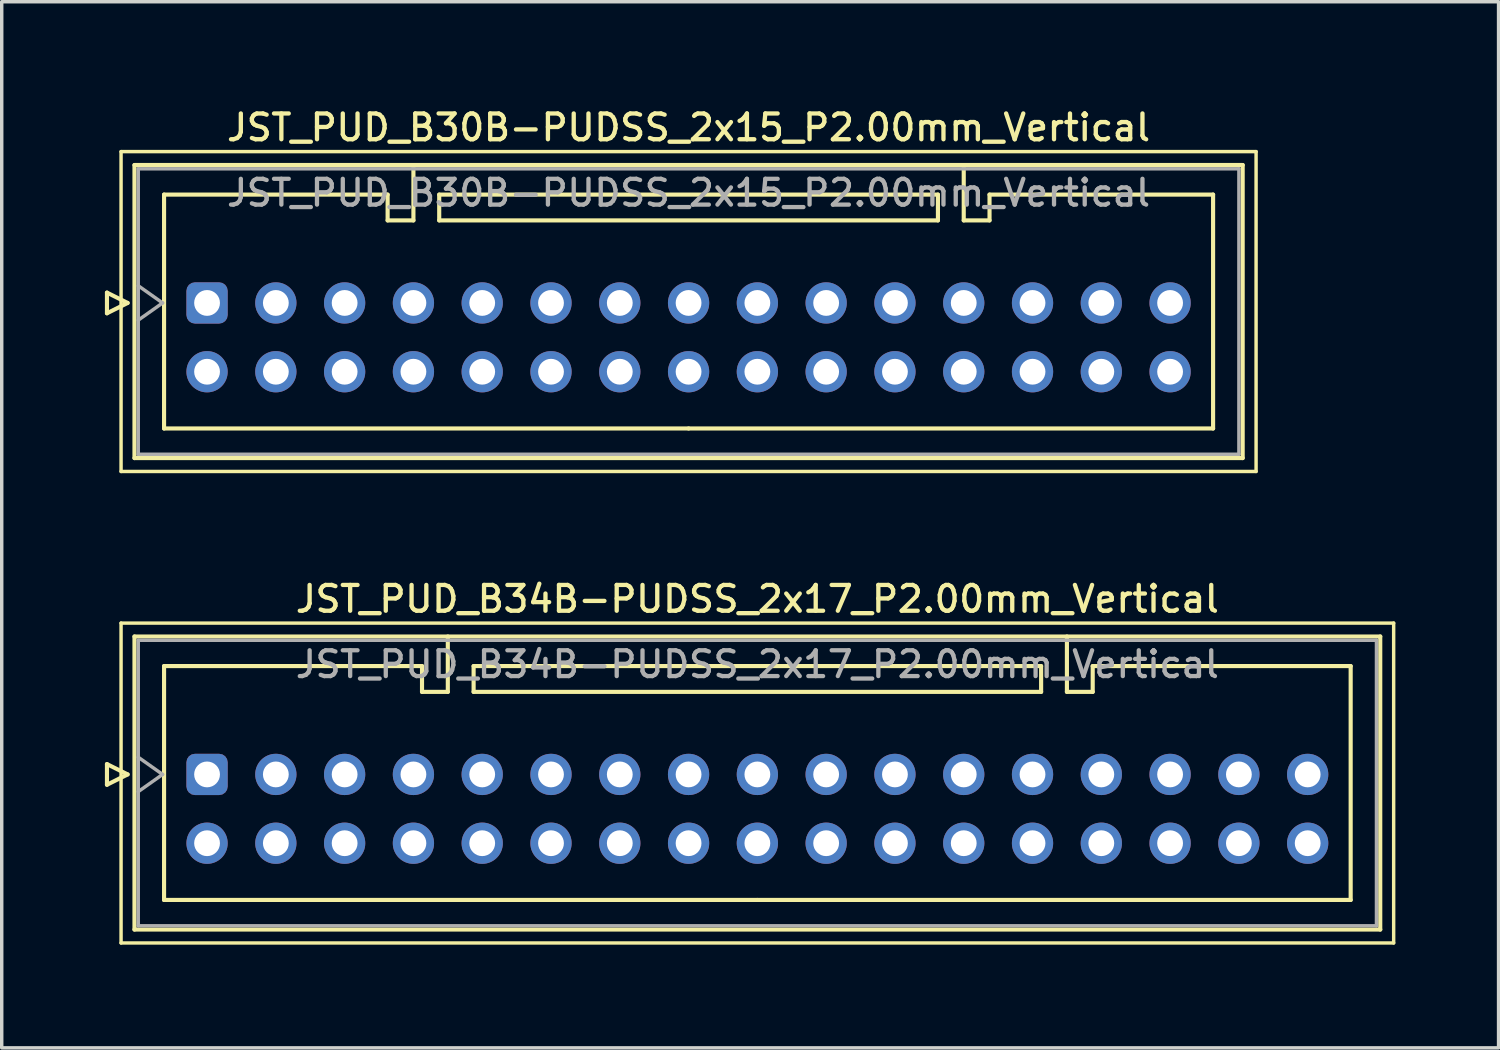
<source format=kicad_pcb>
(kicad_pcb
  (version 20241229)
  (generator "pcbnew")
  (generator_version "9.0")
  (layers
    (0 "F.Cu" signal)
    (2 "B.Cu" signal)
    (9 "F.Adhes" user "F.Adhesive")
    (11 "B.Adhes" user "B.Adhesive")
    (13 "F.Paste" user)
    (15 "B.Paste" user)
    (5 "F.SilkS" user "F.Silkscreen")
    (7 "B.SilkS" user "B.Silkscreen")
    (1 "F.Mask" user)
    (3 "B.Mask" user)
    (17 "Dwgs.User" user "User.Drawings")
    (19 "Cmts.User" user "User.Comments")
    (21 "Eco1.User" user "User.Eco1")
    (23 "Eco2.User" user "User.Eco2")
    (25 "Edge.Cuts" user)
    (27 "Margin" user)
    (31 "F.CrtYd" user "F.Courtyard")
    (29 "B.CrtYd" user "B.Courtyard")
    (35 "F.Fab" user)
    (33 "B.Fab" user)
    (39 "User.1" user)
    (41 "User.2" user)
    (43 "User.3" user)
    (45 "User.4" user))
  (footprint "JST_PUD_B30B-PUDSS_2x15_P2.00mm_Vertical"
    (layer "F.Cu")
    (at 2.97 5.758)
    (property "Reference" "JST_PUD_B30B-PUDSS_2x15_P2.00mm_Vertical" (at 14 -5.1 0) (layer "F.SilkS") (effects (font (size 0.75 0.75) (thickness 0.125))))
    (attr through_hole)
    (fp_line (start -2.91 -0.3) (end -2.31 0) (stroke (width 0.12) (type solid)) (layer "F.SilkS"))
    (fp_line (start -2.91 0.3) (end -2.91 -0.3) (stroke (width 0.12) (type solid)) (layer "F.SilkS"))
    (fp_line (start -2.5 -4.4) (end -2.5 4.9) (stroke (width 0.1) (type solid)) (layer "F.SilkS"))
    (fp_line (start -2.5 4.9) (end 30.5 4.9) (stroke (width 0.1) (type solid)) (layer "F.SilkS"))
    (fp_line (start -2.31 0) (end -2.91 0.3) (stroke (width 0.12) (type solid)) (layer "F.SilkS"))
    (fp_line (start -2.11 -4.01) (end -2.11 4.51) (stroke (width 0.12) (type solid)) (layer "F.SilkS"))
    (fp_line (start -2.11 4.51) (end 30.11 4.51) (stroke (width 0.12) (type solid)) (layer "F.SilkS"))
    (fp_line (start -1.25 -3.15) (end -1.25 3.65) (stroke (width 0.12) (type solid)) (layer "F.SilkS"))
    (fp_line (start -1.25 3.65) (end 14 3.65) (stroke (width 0.12) (type solid)) (layer "F.SilkS"))
    (fp_line (start 5.25 -3.15) (end -1.25 -3.15) (stroke (width 0.12) (type solid)) (layer "F.SilkS"))
    (fp_line (start 5.25 -2.4) (end 5.25 -3.15) (stroke (width 0.12) (type solid)) (layer "F.SilkS"))
    (fp_line (start 6 -4.01) (end 6 -2.4) (stroke (width 0.12) (type solid)) (layer "F.SilkS"))
    (fp_line (start 6 -2.4) (end 5.25 -2.4) (stroke (width 0.12) (type solid)) (layer "F.SilkS"))
    (fp_line (start 6.75 -3.15) (end 6.75 -2.4) (stroke (width 0.12) (type solid)) (layer "F.SilkS"))
    (fp_line (start 6.75 -2.4) (end 21.25 -2.4) (stroke (width 0.12) (type solid)) (layer "F.SilkS"))
    (fp_line (start 21.25 -3.15) (end 6.75 -3.15) (stroke (width 0.12) (type solid)) (layer "F.SilkS"))
    (fp_line (start 21.25 -2.4) (end 21.25 -3.15) (stroke (width 0.12) (type solid)) (layer "F.SilkS"))
    (fp_line (start 22 -4.01) (end 22 -2.4) (stroke (width 0.12) (type solid)) (layer "F.SilkS"))
    (fp_line (start 22 -2.4) (end 22.75 -2.4) (stroke (width 0.12) (type solid)) (layer "F.SilkS"))
    (fp_line (start 22.75 -3.15) (end 29.25 -3.15) (stroke (width 0.12) (type solid)) (layer "F.SilkS"))
    (fp_line (start 22.75 -2.4) (end 22.75 -3.15) (stroke (width 0.12) (type solid)) (layer "F.SilkS"))
    (fp_line (start 29.25 -3.15) (end 29.25 3.65) (stroke (width 0.12) (type solid)) (layer "F.SilkS"))
    (fp_line (start 29.25 3.65) (end 14 3.65) (stroke (width 0.12) (type solid)) (layer "F.SilkS"))
    (fp_line (start 30.11 -4.01) (end -2.11 -4.01) (stroke (width 0.12) (type solid)) (layer "F.SilkS"))
    (fp_line (start 30.11 4.51) (end 30.11 -4.01) (stroke (width 0.12) (type solid)) (layer "F.SilkS"))
    (fp_line (start 30.5 -4.4) (end -2.5 -4.4) (stroke (width 0.1) (type solid)) (layer "F.SilkS"))
    (fp_line (start 30.5 4.9) (end 30.5 -4.4) (stroke (width 0.1) (type solid)) (layer "F.SilkS"))
    (fp_line (start -2 -3.9) (end -2 4.4) (stroke (width 0.1) (type solid)) (layer "F.Fab"))
    (fp_line (start -2 0.5) (end -1.293 0) (stroke (width 0.1) (type solid)) (layer "F.Fab"))
    (fp_line (start -2 4.4) (end 30 4.4) (stroke (width 0.1) (type solid)) (layer "F.Fab"))
    (fp_line (start -1.293 0) (end -2 -0.5) (stroke (width 0.1) (type solid)) (layer "F.Fab"))
    (fp_line (start 30 -3.9) (end -2 -3.9) (stroke (width 0.1) (type solid)) (layer "F.Fab"))
    (fp_line (start 30 4.4) (end 30 -3.9) (stroke (width 0.1) (type solid)) (layer "F.Fab"))
    (fp_text user "${REFERENCE}" (at 14 -3.2 0) (layer "F.Fab") (effects (font (size 0.75 0.75) (thickness 0.125))))
    (pad "1" thru_hole roundrect (at 0 0) (size 1.2 1.2) (drill 0.75) (layers "*.Cu" "*.Mask") (roundrect_rratio 0.208))
    (pad "2" thru_hole circle (at 0 2) (size 1.2 1.2) (drill 0.75) (layers "*.Cu" "*.Mask"))
    (pad "3" thru_hole circle (at 2 0) (size 1.2 1.2) (drill 0.75) (layers "*.Cu" "*.Mask"))
    (pad "4" thru_hole circle (at 2 2) (size 1.2 1.2) (drill 0.75) (layers "*.Cu" "*.Mask"))
    (pad "5" thru_hole circle (at 4 0) (size 1.2 1.2) (drill 0.75) (layers "*.Cu" "*.Mask"))
    (pad "6" thru_hole circle (at 4 2) (size 1.2 1.2) (drill 0.75) (layers "*.Cu" "*.Mask"))
    (pad "7" thru_hole circle (at 6 0) (size 1.2 1.2) (drill 0.75) (layers "*.Cu" "*.Mask"))
    (pad "8" thru_hole circle (at 6 2) (size 1.2 1.2) (drill 0.75) (layers "*.Cu" "*.Mask"))
    (pad "9" thru_hole circle (at 8 0) (size 1.2 1.2) (drill 0.75) (layers "*.Cu" "*.Mask"))
    (pad "10" thru_hole circle (at 8 2) (size 1.2 1.2) (drill 0.75) (layers "*.Cu" "*.Mask"))
    (pad "11" thru_hole circle (at 10 0) (size 1.2 1.2) (drill 0.75) (layers "*.Cu" "*.Mask"))
    (pad "12" thru_hole circle (at 10 2) (size 1.2 1.2) (drill 0.75) (layers "*.Cu" "*.Mask"))
    (pad "13" thru_hole circle (at 12 0) (size 1.2 1.2) (drill 0.75) (layers "*.Cu" "*.Mask"))
    (pad "14" thru_hole circle (at 12 2) (size 1.2 1.2) (drill 0.75) (layers "*.Cu" "*.Mask"))
    (pad "15" thru_hole circle (at 14 0) (size 1.2 1.2) (drill 0.75) (layers "*.Cu" "*.Mask"))
    (pad "16" thru_hole circle (at 14 2) (size 1.2 1.2) (drill 0.75) (layers "*.Cu" "*.Mask"))
    (pad "17" thru_hole circle (at 16 0) (size 1.2 1.2) (drill 0.75) (layers "*.Cu" "*.Mask"))
    (pad "18" thru_hole circle (at 16 2) (size 1.2 1.2) (drill 0.75) (layers "*.Cu" "*.Mask"))
    (pad "19" thru_hole circle (at 18 0) (size 1.2 1.2) (drill 0.75) (layers "*.Cu" "*.Mask"))
    (pad "20" thru_hole circle (at 18 2) (size 1.2 1.2) (drill 0.75) (layers "*.Cu" "*.Mask"))
    (pad "21" thru_hole circle (at 20 0) (size 1.2 1.2) (drill 0.75) (layers "*.Cu" "*.Mask"))
    (pad "22" thru_hole circle (at 20 2) (size 1.2 1.2) (drill 0.75) (layers "*.Cu" "*.Mask"))
    (pad "23" thru_hole circle (at 22 0) (size 1.2 1.2) (drill 0.75) (layers "*.Cu" "*.Mask"))
    (pad "24" thru_hole circle (at 22 2) (size 1.2 1.2) (drill 0.75) (layers "*.Cu" "*.Mask"))
    (pad "25" thru_hole circle (at 24 0) (size 1.2 1.2) (drill 0.75) (layers "*.Cu" "*.Mask"))
    (pad "26" thru_hole circle (at 24 2) (size 1.2 1.2) (drill 0.75) (layers "*.Cu" "*.Mask"))
    (pad "27" thru_hole circle (at 26 0) (size 1.2 1.2) (drill 0.75) (layers "*.Cu" "*.Mask"))
    (pad "28" thru_hole circle (at 26 2) (size 1.2 1.2) (drill 0.75) (layers "*.Cu" "*.Mask"))
    (pad "29" thru_hole circle (at 28 0) (size 1.2 1.2) (drill 0.75) (layers "*.Cu" "*.Mask"))
    (pad "30" thru_hole circle (at 28 2) (size 1.2 1.2) (drill 0.75) (layers "*.Cu" "*.Mask")))
  (footprint "JST_PUD_B34B-PUDSS_2x17_P2.00mm_Vertical"
    (layer "F.Cu")
    (at 2.97 19.466)
    (property "Reference" "JST_PUD_B34B-PUDSS_2x17_P2.00mm_Vertical" (at 16 -5.1 0) (layer "F.SilkS") (effects (font (size 0.75 0.75) (thickness 0.125))))
    (attr through_hole)
    (fp_line (start -2.91 -0.3) (end -2.31 0) (stroke (width 0.12) (type solid)) (layer "F.SilkS"))
    (fp_line (start -2.91 0.3) (end -2.91 -0.3) (stroke (width 0.12) (type solid)) (layer "F.SilkS"))
    (fp_line (start -2.5 -4.4) (end -2.5 4.9) (stroke (width 0.1) (type solid)) (layer "F.SilkS"))
    (fp_line (start -2.5 4.9) (end 34.5 4.9) (stroke (width 0.1) (type solid)) (layer "F.SilkS"))
    (fp_line (start -2.31 0) (end -2.91 0.3) (stroke (width 0.12) (type solid)) (layer "F.SilkS"))
    (fp_line (start -2.11 -4.01) (end -2.11 4.51) (stroke (width 0.12) (type solid)) (layer "F.SilkS"))
    (fp_line (start -2.11 4.51) (end 34.11 4.51) (stroke (width 0.12) (type solid)) (layer "F.SilkS"))
    (fp_line (start -1.25 -3.15) (end -1.25 3.65) (stroke (width 0.12) (type solid)) (layer "F.SilkS"))
    (fp_line (start -1.25 3.65) (end 16 3.65) (stroke (width 0.12) (type solid)) (layer "F.SilkS"))
    (fp_line (start 6.25 -3.15) (end -1.25 -3.15) (stroke (width 0.12) (type solid)) (layer "F.SilkS"))
    (fp_line (start 6.25 -2.4) (end 6.25 -3.15) (stroke (width 0.12) (type solid)) (layer "F.SilkS"))
    (fp_line (start 7 -4.01) (end 7 -2.4) (stroke (width 0.12) (type solid)) (layer "F.SilkS"))
    (fp_line (start 7 -2.4) (end 6.25 -2.4) (stroke (width 0.12) (type solid)) (layer "F.SilkS"))
    (fp_line (start 7.75 -3.15) (end 7.75 -2.4) (stroke (width 0.12) (type solid)) (layer "F.SilkS"))
    (fp_line (start 7.75 -2.4) (end 24.25 -2.4) (stroke (width 0.12) (type solid)) (layer "F.SilkS"))
    (fp_line (start 24.25 -3.15) (end 7.75 -3.15) (stroke (width 0.12) (type solid)) (layer "F.SilkS"))
    (fp_line (start 24.25 -2.4) (end 24.25 -3.15) (stroke (width 0.12) (type solid)) (layer "F.SilkS"))
    (fp_line (start 25 -4.01) (end 25 -2.4) (stroke (width 0.12) (type solid)) (layer "F.SilkS"))
    (fp_line (start 25 -2.4) (end 25.75 -2.4) (stroke (width 0.12) (type solid)) (layer "F.SilkS"))
    (fp_line (start 25.75 -3.15) (end 33.25 -3.15) (stroke (width 0.12) (type solid)) (layer "F.SilkS"))
    (fp_line (start 25.75 -2.4) (end 25.75 -3.15) (stroke (width 0.12) (type solid)) (layer "F.SilkS"))
    (fp_line (start 33.25 -3.15) (end 33.25 3.65) (stroke (width 0.12) (type solid)) (layer "F.SilkS"))
    (fp_line (start 33.25 3.65) (end 16 3.65) (stroke (width 0.12) (type solid)) (layer "F.SilkS"))
    (fp_line (start 34.11 -4.01) (end -2.11 -4.01) (stroke (width 0.12) (type solid)) (layer "F.SilkS"))
    (fp_line (start 34.11 4.51) (end 34.11 -4.01) (stroke (width 0.12) (type solid)) (layer "F.SilkS"))
    (fp_line (start 34.5 -4.4) (end -2.5 -4.4) (stroke (width 0.1) (type solid)) (layer "F.SilkS"))
    (fp_line (start 34.5 4.9) (end 34.5 -4.4) (stroke (width 0.1) (type solid)) (layer "F.SilkS"))
    (fp_line (start -2 -3.9) (end -2 4.4) (stroke (width 0.1) (type solid)) (layer "F.Fab"))
    (fp_line (start -2 0.5) (end -1.293 0) (stroke (width 0.1) (type solid)) (layer "F.Fab"))
    (fp_line (start -2 4.4) (end 34 4.4) (stroke (width 0.1) (type solid)) (layer "F.Fab"))
    (fp_line (start -1.293 0) (end -2 -0.5) (stroke (width 0.1) (type solid)) (layer "F.Fab"))
    (fp_line (start 34 -3.9) (end -2 -3.9) (stroke (width 0.1) (type solid)) (layer "F.Fab"))
    (fp_line (start 34 4.4) (end 34 -3.9) (stroke (width 0.1) (type solid)) (layer "F.Fab"))
    (fp_text user "${REFERENCE}" (at 16 -3.2 0) (layer "F.Fab") (effects (font (size 0.75 0.75) (thickness 0.125))))
    (pad "1" thru_hole roundrect (at 0 0) (size 1.2 1.2) (drill 0.75) (layers "*.Cu" "*.Mask") (roundrect_rratio 0.208))
    (pad "2" thru_hole circle (at 0 2) (size 1.2 1.2) (drill 0.75) (layers "*.Cu" "*.Mask"))
    (pad "3" thru_hole circle (at 2 0) (size 1.2 1.2) (drill 0.75) (layers "*.Cu" "*.Mask"))
    (pad "4" thru_hole circle (at 2 2) (size 1.2 1.2) (drill 0.75) (layers "*.Cu" "*.Mask"))
    (pad "5" thru_hole circle (at 4 0) (size 1.2 1.2) (drill 0.75) (layers "*.Cu" "*.Mask"))
    (pad "6" thru_hole circle (at 4 2) (size 1.2 1.2) (drill 0.75) (layers "*.Cu" "*.Mask"))
    (pad "7" thru_hole circle (at 6 0) (size 1.2 1.2) (drill 0.75) (layers "*.Cu" "*.Mask"))
    (pad "8" thru_hole circle (at 6 2) (size 1.2 1.2) (drill 0.75) (layers "*.Cu" "*.Mask"))
    (pad "9" thru_hole circle (at 8 0) (size 1.2 1.2) (drill 0.75) (layers "*.Cu" "*.Mask"))
    (pad "10" thru_hole circle (at 8 2) (size 1.2 1.2) (drill 0.75) (layers "*.Cu" "*.Mask"))
    (pad "11" thru_hole circle (at 10 0) (size 1.2 1.2) (drill 0.75) (layers "*.Cu" "*.Mask"))
    (pad "12" thru_hole circle (at 10 2) (size 1.2 1.2) (drill 0.75) (layers "*.Cu" "*.Mask"))
    (pad "13" thru_hole circle (at 12 0) (size 1.2 1.2) (drill 0.75) (layers "*.Cu" "*.Mask"))
    (pad "14" thru_hole circle (at 12 2) (size 1.2 1.2) (drill 0.75) (layers "*.Cu" "*.Mask"))
    (pad "15" thru_hole circle (at 14 0) (size 1.2 1.2) (drill 0.75) (layers "*.Cu" "*.Mask"))
    (pad "16" thru_hole circle (at 14 2) (size 1.2 1.2) (drill 0.75) (layers "*.Cu" "*.Mask"))
    (pad "17" thru_hole circle (at 16 0) (size 1.2 1.2) (drill 0.75) (layers "*.Cu" "*.Mask"))
    (pad "18" thru_hole circle (at 16 2) (size 1.2 1.2) (drill 0.75) (layers "*.Cu" "*.Mask"))
    (pad "19" thru_hole circle (at 18 0) (size 1.2 1.2) (drill 0.75) (layers "*.Cu" "*.Mask"))
    (pad "20" thru_hole circle (at 18 2) (size 1.2 1.2) (drill 0.75) (layers "*.Cu" "*.Mask"))
    (pad "21" thru_hole circle (at 20 0) (size 1.2 1.2) (drill 0.75) (layers "*.Cu" "*.Mask"))
    (pad "22" thru_hole circle (at 20 2) (size 1.2 1.2) (drill 0.75) (layers "*.Cu" "*.Mask"))
    (pad "23" thru_hole circle (at 22 0) (size 1.2 1.2) (drill 0.75) (layers "*.Cu" "*.Mask"))
    (pad "24" thru_hole circle (at 22 2) (size 1.2 1.2) (drill 0.75) (layers "*.Cu" "*.Mask"))
    (pad "25" thru_hole circle (at 24 0) (size 1.2 1.2) (drill 0.75) (layers "*.Cu" "*.Mask"))
    (pad "26" thru_hole circle (at 24 2) (size 1.2 1.2) (drill 0.75) (layers "*.Cu" "*.Mask"))
    (pad "27" thru_hole circle (at 26 0) (size 1.2 1.2) (drill 0.75) (layers "*.Cu" "*.Mask"))
    (pad "28" thru_hole circle (at 26 2) (size 1.2 1.2) (drill 0.75) (layers "*.Cu" "*.Mask"))
    (pad "29" thru_hole circle (at 28 0) (size 1.2 1.2) (drill 0.75) (layers "*.Cu" "*.Mask"))
    (pad "30" thru_hole circle (at 28 2) (size 1.2 1.2) (drill 0.75) (layers "*.Cu" "*.Mask"))
    (pad "31" thru_hole circle (at 30 0) (size 1.2 1.2) (drill 0.75) (layers "*.Cu" "*.Mask"))
    (pad "32" thru_hole circle (at 30 2) (size 1.2 1.2) (drill 0.75) (layers "*.Cu" "*.Mask"))
    (pad "33" thru_hole circle (at 32 0) (size 1.2 1.2) (drill 0.75) (layers "*.Cu" "*.Mask"))
    (pad "34" thru_hole circle (at 32 2) (size 1.2 1.2) (drill 0.75) (layers "*.Cu" "*.Mask")))
  (gr_rect
    (start -3 -3)
    (end 40.52 27.416)
    (stroke (width 0.1) (type default))
    (fill no)
    (layer "Edge.Cuts")))
</source>
